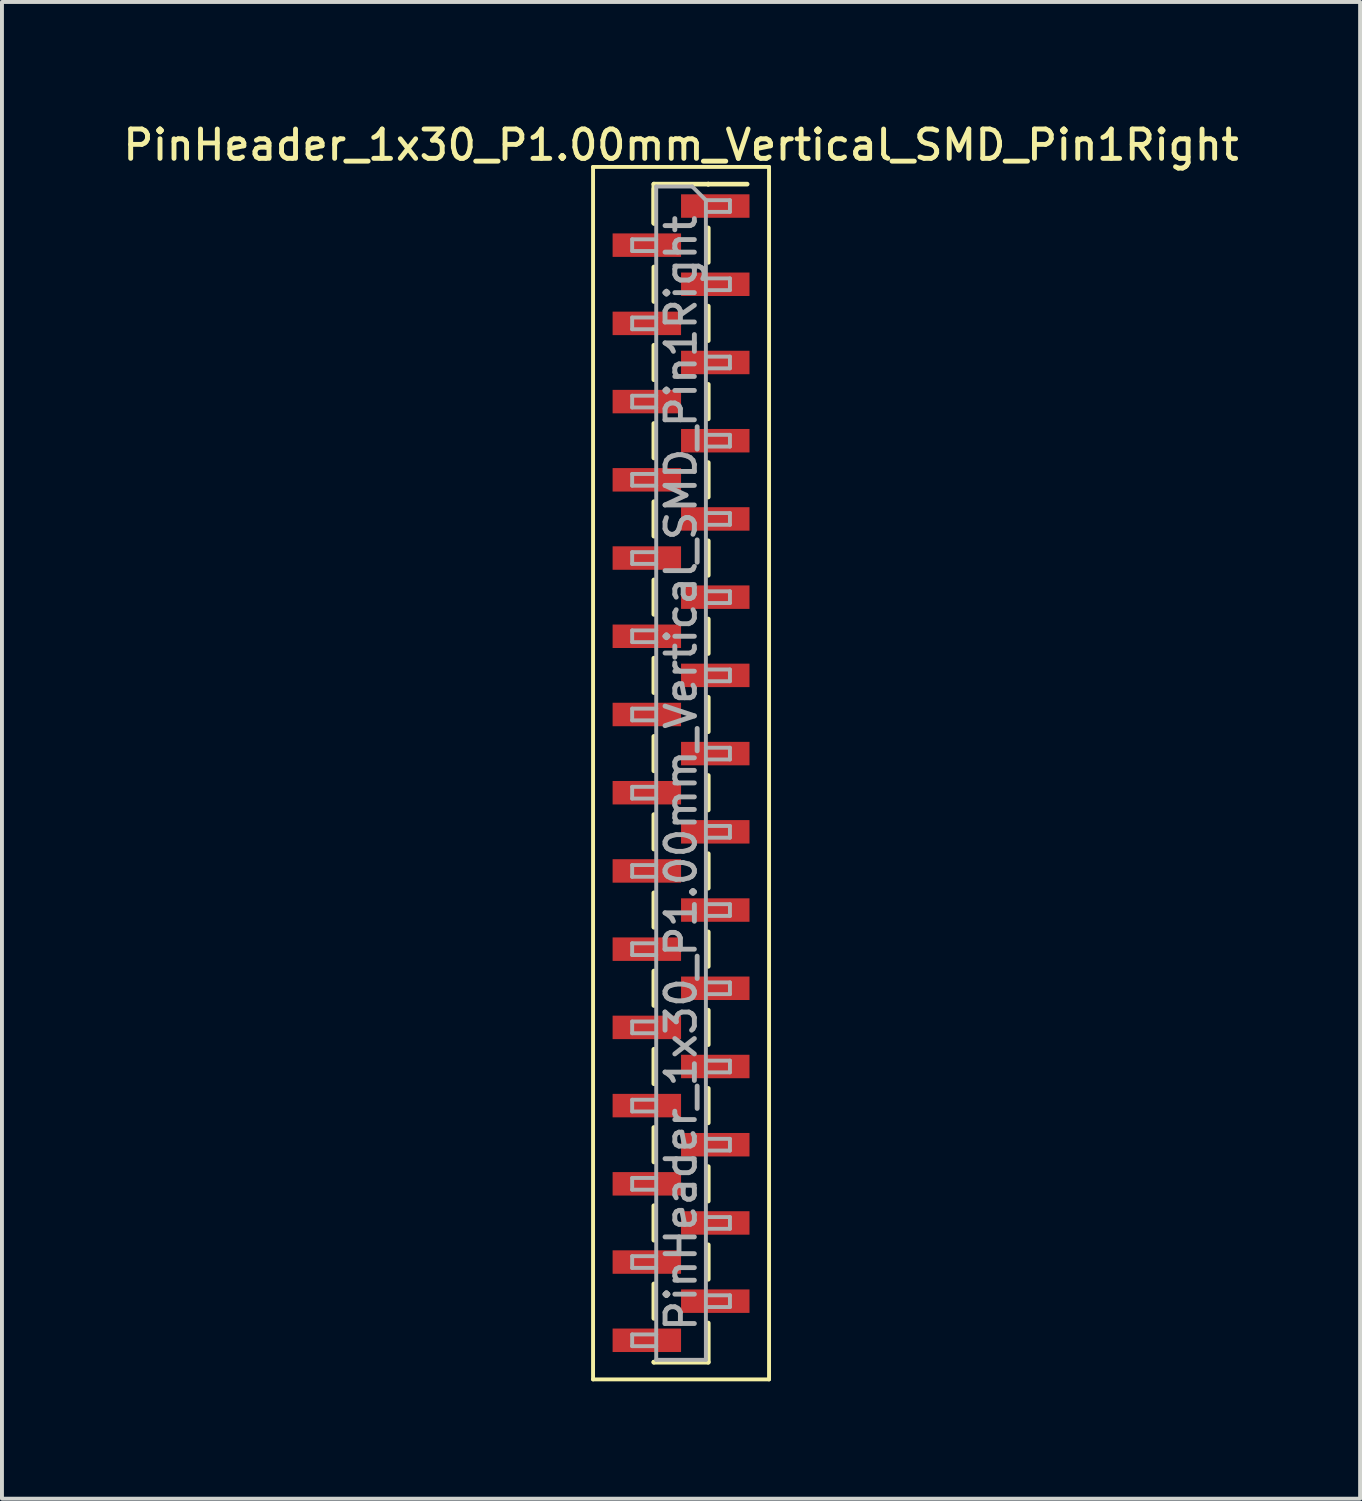
<source format=kicad_pcb>
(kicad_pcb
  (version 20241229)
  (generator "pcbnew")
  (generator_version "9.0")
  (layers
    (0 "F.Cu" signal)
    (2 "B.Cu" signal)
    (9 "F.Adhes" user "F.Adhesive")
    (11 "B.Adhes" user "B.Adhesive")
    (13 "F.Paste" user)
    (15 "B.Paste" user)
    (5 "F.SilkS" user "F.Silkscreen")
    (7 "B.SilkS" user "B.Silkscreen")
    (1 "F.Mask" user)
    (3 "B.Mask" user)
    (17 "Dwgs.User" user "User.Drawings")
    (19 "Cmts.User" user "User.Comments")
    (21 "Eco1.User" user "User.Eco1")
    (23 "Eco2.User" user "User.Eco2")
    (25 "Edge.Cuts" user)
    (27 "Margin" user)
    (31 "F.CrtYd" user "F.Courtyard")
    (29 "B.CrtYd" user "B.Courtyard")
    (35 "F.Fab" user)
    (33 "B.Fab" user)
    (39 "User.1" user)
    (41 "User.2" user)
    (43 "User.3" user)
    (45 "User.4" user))
  (footprint "PinHeader_1x30_P1.00mm_Vertical_SMD_Pin1Right"
    (layer "F.Cu")
    (at 14.363 16.718)
    (property "Reference" "PinHeader_1x30_P1.00mm_Vertical_SMD_Pin1Right" (at 0 -16.06 0) (layer "F.SilkS") (effects (font (size 0.75 0.75) (thickness 0.125))))
    (attr smd)
    (fp_line (start -2.25 -15.5) (end -2.25 15.5) (stroke (width 0.1) (type solid)) (layer "F.SilkS"))
    (fp_line (start -2.25 15.5) (end 2.25 15.5) (stroke (width 0.1) (type solid)) (layer "F.SilkS"))
    (fp_line (start -0.695 -15.06) (end -0.695 -14.06) (stroke (width 0.12) (type solid)) (layer "F.SilkS"))
    (fp_line (start -0.695 -15.06) (end 0.695 -15.06) (stroke (width 0.12) (type solid)) (layer "F.SilkS"))
    (fp_line (start -0.695 -14.94) (end -0.695 -14.06) (stroke (width 0.12) (type solid)) (layer "F.SilkS"))
    (fp_line (start -0.695 -12.94) (end -0.695 -12.06) (stroke (width 0.12) (type solid)) (layer "F.SilkS"))
    (fp_line (start -0.695 -10.94) (end -0.695 -10.06) (stroke (width 0.12) (type solid)) (layer "F.SilkS"))
    (fp_line (start -0.695 -8.94) (end -0.695 -8.06) (stroke (width 0.12) (type solid)) (layer "F.SilkS"))
    (fp_line (start -0.695 -6.94) (end -0.695 -6.06) (stroke (width 0.12) (type solid)) (layer "F.SilkS"))
    (fp_line (start -0.695 -4.94) (end -0.695 -4.06) (stroke (width 0.12) (type solid)) (layer "F.SilkS"))
    (fp_line (start -0.695 -2.94) (end -0.695 -2.06) (stroke (width 0.12) (type solid)) (layer "F.SilkS"))
    (fp_line (start -0.695 -0.94) (end -0.695 -0.06) (stroke (width 0.12) (type solid)) (layer "F.SilkS"))
    (fp_line (start -0.695 1.06) (end -0.695 1.94) (stroke (width 0.12) (type solid)) (layer "F.SilkS"))
    (fp_line (start -0.695 3.06) (end -0.695 3.94) (stroke (width 0.12) (type solid)) (layer "F.SilkS"))
    (fp_line (start -0.695 5.06) (end -0.695 5.94) (stroke (width 0.12) (type solid)) (layer "F.SilkS"))
    (fp_line (start -0.695 7.06) (end -0.695 7.94) (stroke (width 0.12) (type solid)) (layer "F.SilkS"))
    (fp_line (start -0.695 9.06) (end -0.695 9.94) (stroke (width 0.12) (type solid)) (layer "F.SilkS"))
    (fp_line (start -0.695 11.06) (end -0.695 11.94) (stroke (width 0.12) (type solid)) (layer "F.SilkS"))
    (fp_line (start -0.695 13.06) (end -0.695 13.94) (stroke (width 0.12) (type solid)) (layer "F.SilkS"))
    (fp_line (start -0.695 15.06) (end -0.695 15.06) (stroke (width 0.12) (type solid)) (layer "F.SilkS"))
    (fp_line (start -0.695 15.06) (end 0.695 15.06) (stroke (width 0.12) (type solid)) (layer "F.SilkS"))
    (fp_line (start 0.695 -15.06) (end 0.695 -15.06) (stroke (width 0.12) (type solid)) (layer "F.SilkS"))
    (fp_line (start 0.695 -15.06) (end 1.69 -15.06) (stroke (width 0.12) (type solid)) (layer "F.SilkS"))
    (fp_line (start 0.695 -13.94) (end 0.695 -13.06) (stroke (width 0.12) (type solid)) (layer "F.SilkS"))
    (fp_line (start 0.695 -11.94) (end 0.695 -11.06) (stroke (width 0.12) (type solid)) (layer "F.SilkS"))
    (fp_line (start 0.695 -9.94) (end 0.695 -9.06) (stroke (width 0.12) (type solid)) (layer "F.SilkS"))
    (fp_line (start 0.695 -7.94) (end 0.695 -7.06) (stroke (width 0.12) (type solid)) (layer "F.SilkS"))
    (fp_line (start 0.695 -5.94) (end 0.695 -5.06) (stroke (width 0.12) (type solid)) (layer "F.SilkS"))
    (fp_line (start 0.695 -3.94) (end 0.695 -3.06) (stroke (width 0.12) (type solid)) (layer "F.SilkS"))
    (fp_line (start 0.695 -1.94) (end 0.695 -1.06) (stroke (width 0.12) (type solid)) (layer "F.SilkS"))
    (fp_line (start 0.695 0.06) (end 0.695 0.94) (stroke (width 0.12) (type solid)) (layer "F.SilkS"))
    (fp_line (start 0.695 2.06) (end 0.695 2.94) (stroke (width 0.12) (type solid)) (layer "F.SilkS"))
    (fp_line (start 0.695 4.06) (end 0.695 4.94) (stroke (width 0.12) (type solid)) (layer "F.SilkS"))
    (fp_line (start 0.695 6.06) (end 0.695 6.94) (stroke (width 0.12) (type solid)) (layer "F.SilkS"))
    (fp_line (start 0.695 8.06) (end 0.695 8.94) (stroke (width 0.12) (type solid)) (layer "F.SilkS"))
    (fp_line (start 0.695 10.06) (end 0.695 10.94) (stroke (width 0.12) (type solid)) (layer "F.SilkS"))
    (fp_line (start 0.695 12.06) (end 0.695 12.94) (stroke (width 0.12) (type solid)) (layer "F.SilkS"))
    (fp_line (start 0.695 14.06) (end 0.695 15.06) (stroke (width 0.12) (type solid)) (layer "F.SilkS"))
    (fp_line (start 2.25 -15.5) (end -2.25 -15.5) (stroke (width 0.1) (type solid)) (layer "F.SilkS"))
    (fp_line (start 2.25 15.5) (end 2.25 -15.5) (stroke (width 0.1) (type solid)) (layer "F.SilkS"))
    (fp_line (start -1.25 -13.65) (end -1.25 -13.35) (stroke (width 0.1) (type solid)) (layer "F.Fab"))
    (fp_line (start -1.25 -13.35) (end -0.635 -13.35) (stroke (width 0.1) (type solid)) (layer "F.Fab"))
    (fp_line (start -1.25 -11.65) (end -1.25 -11.35) (stroke (width 0.1) (type solid)) (layer "F.Fab"))
    (fp_line (start -1.25 -11.35) (end -0.635 -11.35) (stroke (width 0.1) (type solid)) (layer "F.Fab"))
    (fp_line (start -1.25 -9.65) (end -1.25 -9.35) (stroke (width 0.1) (type solid)) (layer "F.Fab"))
    (fp_line (start -1.25 -9.35) (end -0.635 -9.35) (stroke (width 0.1) (type solid)) (layer "F.Fab"))
    (fp_line (start -1.25 -7.65) (end -1.25 -7.35) (stroke (width 0.1) (type solid)) (layer "F.Fab"))
    (fp_line (start -1.25 -7.35) (end -0.635 -7.35) (stroke (width 0.1) (type solid)) (layer "F.Fab"))
    (fp_line (start -1.25 -5.65) (end -1.25 -5.35) (stroke (width 0.1) (type solid)) (layer "F.Fab"))
    (fp_line (start -1.25 -5.35) (end -0.635 -5.35) (stroke (width 0.1) (type solid)) (layer "F.Fab"))
    (fp_line (start -1.25 -3.65) (end -1.25 -3.35) (stroke (width 0.1) (type solid)) (layer "F.Fab"))
    (fp_line (start -1.25 -3.35) (end -0.635 -3.35) (stroke (width 0.1) (type solid)) (layer "F.Fab"))
    (fp_line (start -1.25 -1.65) (end -1.25 -1.35) (stroke (width 0.1) (type solid)) (layer "F.Fab"))
    (fp_line (start -1.25 -1.35) (end -0.635 -1.35) (stroke (width 0.1) (type solid)) (layer "F.Fab"))
    (fp_line (start -1.25 0.35) (end -1.25 0.65) (stroke (width 0.1) (type solid)) (layer "F.Fab"))
    (fp_line (start -1.25 0.65) (end -0.635 0.65) (stroke (width 0.1) (type solid)) (layer "F.Fab"))
    (fp_line (start -1.25 2.35) (end -1.25 2.65) (stroke (width 0.1) (type solid)) (layer "F.Fab"))
    (fp_line (start -1.25 2.65) (end -0.635 2.65) (stroke (width 0.1) (type solid)) (layer "F.Fab"))
    (fp_line (start -1.25 4.35) (end -1.25 4.65) (stroke (width 0.1) (type solid)) (layer "F.Fab"))
    (fp_line (start -1.25 4.65) (end -0.635 4.65) (stroke (width 0.1) (type solid)) (layer "F.Fab"))
    (fp_line (start -1.25 6.35) (end -1.25 6.65) (stroke (width 0.1) (type solid)) (layer "F.Fab"))
    (fp_line (start -1.25 6.65) (end -0.635 6.65) (stroke (width 0.1) (type solid)) (layer "F.Fab"))
    (fp_line (start -1.25 8.35) (end -1.25 8.65) (stroke (width 0.1) (type solid)) (layer "F.Fab"))
    (fp_line (start -1.25 8.65) (end -0.635 8.65) (stroke (width 0.1) (type solid)) (layer "F.Fab"))
    (fp_line (start -1.25 10.35) (end -1.25 10.65) (stroke (width 0.1) (type solid)) (layer "F.Fab"))
    (fp_line (start -1.25 10.65) (end -0.635 10.65) (stroke (width 0.1) (type solid)) (layer "F.Fab"))
    (fp_line (start -1.25 12.35) (end -1.25 12.65) (stroke (width 0.1) (type solid)) (layer "F.Fab"))
    (fp_line (start -1.25 12.65) (end -0.635 12.65) (stroke (width 0.1) (type solid)) (layer "F.Fab"))
    (fp_line (start -1.25 14.35) (end -1.25 14.65) (stroke (width 0.1) (type solid)) (layer "F.Fab"))
    (fp_line (start -1.25 14.65) (end -0.635 14.65) (stroke (width 0.1) (type solid)) (layer "F.Fab"))
    (fp_line (start -0.635 -15) (end -0.635 15) (stroke (width 0.1) (type solid)) (layer "F.Fab"))
    (fp_line (start -0.635 -15) (end 0.285 -15) (stroke (width 0.1) (type solid)) (layer "F.Fab"))
    (fp_line (start -0.635 -13.65) (end -1.25 -13.65) (stroke (width 0.1) (type solid)) (layer "F.Fab"))
    (fp_line (start -0.635 -11.65) (end -1.25 -11.65) (stroke (width 0.1) (type solid)) (layer "F.Fab"))
    (fp_line (start -0.635 -9.65) (end -1.25 -9.65) (stroke (width 0.1) (type solid)) (layer "F.Fab"))
    (fp_line (start -0.635 -7.65) (end -1.25 -7.65) (stroke (width 0.1) (type solid)) (layer "F.Fab"))
    (fp_line (start -0.635 -5.65) (end -1.25 -5.65) (stroke (width 0.1) (type solid)) (layer "F.Fab"))
    (fp_line (start -0.635 -3.65) (end -1.25 -3.65) (stroke (width 0.1) (type solid)) (layer "F.Fab"))
    (fp_line (start -0.635 -1.65) (end -1.25 -1.65) (stroke (width 0.1) (type solid)) (layer "F.Fab"))
    (fp_line (start -0.635 0.35) (end -1.25 0.35) (stroke (width 0.1) (type solid)) (layer "F.Fab"))
    (fp_line (start -0.635 2.35) (end -1.25 2.35) (stroke (width 0.1) (type solid)) (layer "F.Fab"))
    (fp_line (start -0.635 4.35) (end -1.25 4.35) (stroke (width 0.1) (type solid)) (layer "F.Fab"))
    (fp_line (start -0.635 6.35) (end -1.25 6.35) (stroke (width 0.1) (type solid)) (layer "F.Fab"))
    (fp_line (start -0.635 8.35) (end -1.25 8.35) (stroke (width 0.1) (type solid)) (layer "F.Fab"))
    (fp_line (start -0.635 10.35) (end -1.25 10.35) (stroke (width 0.1) (type solid)) (layer "F.Fab"))
    (fp_line (start -0.635 12.35) (end -1.25 12.35) (stroke (width 0.1) (type solid)) (layer "F.Fab"))
    (fp_line (start -0.635 14.35) (end -1.25 14.35) (stroke (width 0.1) (type solid)) (layer "F.Fab"))
    (fp_line (start 0.635 -14.65) (end 0.285 -15) (stroke (width 0.1) (type solid)) (layer "F.Fab"))
    (fp_line (start 0.635 -14.65) (end 1.25 -14.65) (stroke (width 0.1) (type solid)) (layer "F.Fab"))
    (fp_line (start 0.635 -12.65) (end 1.25 -12.65) (stroke (width 0.1) (type solid)) (layer "F.Fab"))
    (fp_line (start 0.635 -10.65) (end 1.25 -10.65) (stroke (width 0.1) (type solid)) (layer "F.Fab"))
    (fp_line (start 0.635 -8.65) (end 1.25 -8.65) (stroke (width 0.1) (type solid)) (layer "F.Fab"))
    (fp_line (start 0.635 -6.65) (end 1.25 -6.65) (stroke (width 0.1) (type solid)) (layer "F.Fab"))
    (fp_line (start 0.635 -4.65) (end 1.25 -4.65) (stroke (width 0.1) (type solid)) (layer "F.Fab"))
    (fp_line (start 0.635 -2.65) (end 1.25 -2.65) (stroke (width 0.1) (type solid)) (layer "F.Fab"))
    (fp_line (start 0.635 -0.65) (end 1.25 -0.65) (stroke (width 0.1) (type solid)) (layer "F.Fab"))
    (fp_line (start 0.635 1.35) (end 1.25 1.35) (stroke (width 0.1) (type solid)) (layer "F.Fab"))
    (fp_line (start 0.635 3.35) (end 1.25 3.35) (stroke (width 0.1) (type solid)) (layer "F.Fab"))
    (fp_line (start 0.635 5.35) (end 1.25 5.35) (stroke (width 0.1) (type solid)) (layer "F.Fab"))
    (fp_line (start 0.635 7.35) (end 1.25 7.35) (stroke (width 0.1) (type solid)) (layer "F.Fab"))
    (fp_line (start 0.635 9.35) (end 1.25 9.35) (stroke (width 0.1) (type solid)) (layer "F.Fab"))
    (fp_line (start 0.635 11.35) (end 1.25 11.35) (stroke (width 0.1) (type solid)) (layer "F.Fab"))
    (fp_line (start 0.635 13.35) (end 1.25 13.35) (stroke (width 0.1) (type solid)) (layer "F.Fab"))
    (fp_line (start 0.635 15) (end -0.635 15) (stroke (width 0.1) (type solid)) (layer "F.Fab"))
    (fp_line (start 0.635 15) (end 0.635 -14.65) (stroke (width 0.1) (type solid)) (layer "F.Fab"))
    (fp_line (start 1.25 -14.65) (end 1.25 -14.35) (stroke (width 0.1) (type solid)) (layer "F.Fab"))
    (fp_line (start 1.25 -14.35) (end 0.635 -14.35) (stroke (width 0.1) (type solid)) (layer "F.Fab"))
    (fp_line (start 1.25 -12.65) (end 1.25 -12.35) (stroke (width 0.1) (type solid)) (layer "F.Fab"))
    (fp_line (start 1.25 -12.35) (end 0.635 -12.35) (stroke (width 0.1) (type solid)) (layer "F.Fab"))
    (fp_line (start 1.25 -10.65) (end 1.25 -10.35) (stroke (width 0.1) (type solid)) (layer "F.Fab"))
    (fp_line (start 1.25 -10.35) (end 0.635 -10.35) (stroke (width 0.1) (type solid)) (layer "F.Fab"))
    (fp_line (start 1.25 -8.65) (end 1.25 -8.35) (stroke (width 0.1) (type solid)) (layer "F.Fab"))
    (fp_line (start 1.25 -8.35) (end 0.635 -8.35) (stroke (width 0.1) (type solid)) (layer "F.Fab"))
    (fp_line (start 1.25 -6.65) (end 1.25 -6.35) (stroke (width 0.1) (type solid)) (layer "F.Fab"))
    (fp_line (start 1.25 -6.35) (end 0.635 -6.35) (stroke (width 0.1) (type solid)) (layer "F.Fab"))
    (fp_line (start 1.25 -4.65) (end 1.25 -4.35) (stroke (width 0.1) (type solid)) (layer "F.Fab"))
    (fp_line (start 1.25 -4.35) (end 0.635 -4.35) (stroke (width 0.1) (type solid)) (layer "F.Fab"))
    (fp_line (start 1.25 -2.65) (end 1.25 -2.35) (stroke (width 0.1) (type solid)) (layer "F.Fab"))
    (fp_line (start 1.25 -2.35) (end 0.635 -2.35) (stroke (width 0.1) (type solid)) (layer "F.Fab"))
    (fp_line (start 1.25 -0.65) (end 1.25 -0.35) (stroke (width 0.1) (type solid)) (layer "F.Fab"))
    (fp_line (start 1.25 -0.35) (end 0.635 -0.35) (stroke (width 0.1) (type solid)) (layer "F.Fab"))
    (fp_line (start 1.25 1.35) (end 1.25 1.65) (stroke (width 0.1) (type solid)) (layer "F.Fab"))
    (fp_line (start 1.25 1.65) (end 0.635 1.65) (stroke (width 0.1) (type solid)) (layer "F.Fab"))
    (fp_line (start 1.25 3.35) (end 1.25 3.65) (stroke (width 0.1) (type solid)) (layer "F.Fab"))
    (fp_line (start 1.25 3.65) (end 0.635 3.65) (stroke (width 0.1) (type solid)) (layer "F.Fab"))
    (fp_line (start 1.25 5.35) (end 1.25 5.65) (stroke (width 0.1) (type solid)) (layer "F.Fab"))
    (fp_line (start 1.25 5.65) (end 0.635 5.65) (stroke (width 0.1) (type solid)) (layer "F.Fab"))
    (fp_line (start 1.25 7.35) (end 1.25 7.65) (stroke (width 0.1) (type solid)) (layer "F.Fab"))
    (fp_line (start 1.25 7.65) (end 0.635 7.65) (stroke (width 0.1) (type solid)) (layer "F.Fab"))
    (fp_line (start 1.25 9.35) (end 1.25 9.65) (stroke (width 0.1) (type solid)) (layer "F.Fab"))
    (fp_line (start 1.25 9.65) (end 0.635 9.65) (stroke (width 0.1) (type solid)) (layer "F.Fab"))
    (fp_line (start 1.25 11.35) (end 1.25 11.65) (stroke (width 0.1) (type solid)) (layer "F.Fab"))
    (fp_line (start 1.25 11.65) (end 0.635 11.65) (stroke (width 0.1) (type solid)) (layer "F.Fab"))
    (fp_line (start 1.25 13.35) (end 1.25 13.65) (stroke (width 0.1) (type solid)) (layer "F.Fab"))
    (fp_line (start 1.25 13.65) (end 0.635 13.65) (stroke (width 0.1) (type solid)) (layer "F.Fab"))
    (fp_text user "${REFERENCE}" (at 0 0 90) (layer "F.Fab") (effects (font (size 0.75 0.75) (thickness 0.125))))
    (pad "1" smd rect (at 0.875 -14.5) (size 1.75 0.6) (layers "F.Cu" "F.Mask" "F.Paste"))
    (pad "2" smd rect (at -0.875 -13.5) (size 1.75 0.6) (layers "F.Cu" "F.Mask" "F.Paste"))
    (pad "3" smd rect (at 0.875 -12.5) (size 1.75 0.6) (layers "F.Cu" "F.Mask" "F.Paste"))
    (pad "4" smd rect (at -0.875 -11.5) (size 1.75 0.6) (layers "F.Cu" "F.Mask" "F.Paste"))
    (pad "5" smd rect (at 0.875 -10.5) (size 1.75 0.6) (layers "F.Cu" "F.Mask" "F.Paste"))
    (pad "6" smd rect (at -0.875 -9.5) (size 1.75 0.6) (layers "F.Cu" "F.Mask" "F.Paste"))
    (pad "7" smd rect (at 0.875 -8.5) (size 1.75 0.6) (layers "F.Cu" "F.Mask" "F.Paste"))
    (pad "8" smd rect (at -0.875 -7.5) (size 1.75 0.6) (layers "F.Cu" "F.Mask" "F.Paste"))
    (pad "9" smd rect (at 0.875 -6.5) (size 1.75 0.6) (layers "F.Cu" "F.Mask" "F.Paste"))
    (pad "10" smd rect (at -0.875 -5.5) (size 1.75 0.6) (layers "F.Cu" "F.Mask" "F.Paste"))
    (pad "11" smd rect (at 0.875 -4.5) (size 1.75 0.6) (layers "F.Cu" "F.Mask" "F.Paste"))
    (pad "12" smd rect (at -0.875 -3.5) (size 1.75 0.6) (layers "F.Cu" "F.Mask" "F.Paste"))
    (pad "13" smd rect (at 0.875 -2.5) (size 1.75 0.6) (layers "F.Cu" "F.Mask" "F.Paste"))
    (pad "14" smd rect (at -0.875 -1.5) (size 1.75 0.6) (layers "F.Cu" "F.Mask" "F.Paste"))
    (pad "15" smd rect (at 0.875 -0.5) (size 1.75 0.6) (layers "F.Cu" "F.Mask" "F.Paste"))
    (pad "16" smd rect (at -0.875 0.5) (size 1.75 0.6) (layers "F.Cu" "F.Mask" "F.Paste"))
    (pad "17" smd rect (at 0.875 1.5) (size 1.75 0.6) (layers "F.Cu" "F.Mask" "F.Paste"))
    (pad "18" smd rect (at -0.875 2.5) (size 1.75 0.6) (layers "F.Cu" "F.Mask" "F.Paste"))
    (pad "19" smd rect (at 0.875 3.5) (size 1.75 0.6) (layers "F.Cu" "F.Mask" "F.Paste"))
    (pad "20" smd rect (at -0.875 4.5) (size 1.75 0.6) (layers "F.Cu" "F.Mask" "F.Paste"))
    (pad "21" smd rect (at 0.875 5.5) (size 1.75 0.6) (layers "F.Cu" "F.Mask" "F.Paste"))
    (pad "22" smd rect (at -0.875 6.5) (size 1.75 0.6) (layers "F.Cu" "F.Mask" "F.Paste"))
    (pad "23" smd rect (at 0.875 7.5) (size 1.75 0.6) (layers "F.Cu" "F.Mask" "F.Paste"))
    (pad "24" smd rect (at -0.875 8.5) (size 1.75 0.6) (layers "F.Cu" "F.Mask" "F.Paste"))
    (pad "25" smd rect (at 0.875 9.5) (size 1.75 0.6) (layers "F.Cu" "F.Mask" "F.Paste"))
    (pad "26" smd rect (at -0.875 10.5) (size 1.75 0.6) (layers "F.Cu" "F.Mask" "F.Paste"))
    (pad "27" smd rect (at 0.875 11.5) (size 1.75 0.6) (layers "F.Cu" "F.Mask" "F.Paste"))
    (pad "28" smd rect (at -0.875 12.5) (size 1.75 0.6) (layers "F.Cu" "F.Mask" "F.Paste"))
    (pad "29" smd rect (at 0.875 13.5) (size 1.75 0.6) (layers "F.Cu" "F.Mask" "F.Paste"))
    (pad "30" smd rect (at -0.875 14.5) (size 1.75 0.6) (layers "F.Cu" "F.Mask" "F.Paste")))
  (gr_rect
    (start -3 -3)
    (end 31.725 35.268)
    (stroke (width 0.1) (type default))
    (fill no)
    (layer "Edge.Cuts")))
</source>
